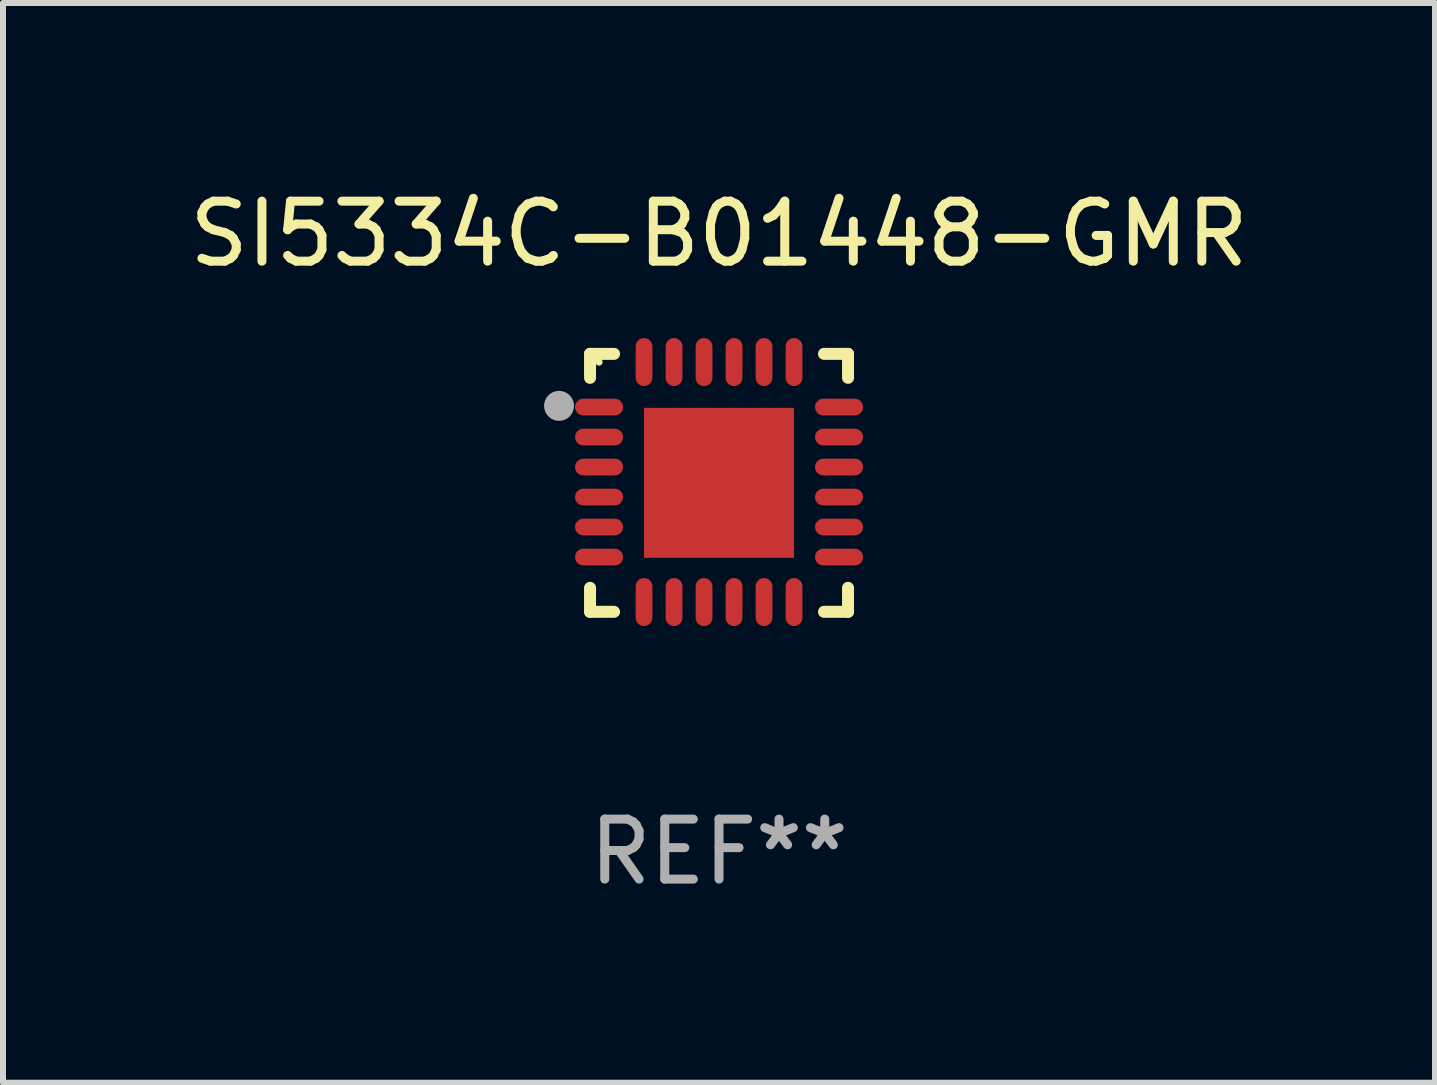
<source format=kicad_pcb>
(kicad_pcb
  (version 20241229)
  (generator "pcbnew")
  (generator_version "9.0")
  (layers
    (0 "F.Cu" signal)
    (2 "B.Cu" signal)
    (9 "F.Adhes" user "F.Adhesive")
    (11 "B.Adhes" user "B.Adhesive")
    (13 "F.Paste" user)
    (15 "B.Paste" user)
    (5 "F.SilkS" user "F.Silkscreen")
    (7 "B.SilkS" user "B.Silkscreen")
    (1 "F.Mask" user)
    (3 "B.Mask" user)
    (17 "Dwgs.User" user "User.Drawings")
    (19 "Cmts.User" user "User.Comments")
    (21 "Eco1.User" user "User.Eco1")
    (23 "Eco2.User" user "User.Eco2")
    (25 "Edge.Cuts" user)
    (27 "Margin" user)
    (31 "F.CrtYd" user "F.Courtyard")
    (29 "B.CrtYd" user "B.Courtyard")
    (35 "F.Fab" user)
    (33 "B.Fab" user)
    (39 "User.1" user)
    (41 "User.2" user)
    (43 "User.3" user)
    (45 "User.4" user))
  (footprint "SI5334C-B01448-GMR"
    (layer "F.Cu")
    (at 8.935 4.998)
    (property "Reference" "SI5334C-B01448-GMR" (at 0 -4.15 0) (layer "F.SilkS") (effects (font (size 1 1) (thickness 0.15))))
    (attr through_hole)
    (fp_line (start -2.15 -2.15) (end -1.75 -2.15) (stroke (width 0.2) (type solid)) (layer "F.SilkS"))
    (fp_line (start -2.15 -1.75) (end -2.15 -2.15) (stroke (width 0.2) (type solid)) (layer "F.SilkS"))
    (fp_line (start -2.15 2.15) (end -2.15 1.75) (stroke (width 0.2) (type solid)) (layer "F.SilkS"))
    (fp_line (start -1.75 2.15) (end -2.15 2.15) (stroke (width 0.2) (type solid)) (layer "F.SilkS"))
    (fp_line (start 1.75 -2.15) (end 2.15 -2.15) (stroke (width 0.2) (type solid)) (layer "F.SilkS"))
    (fp_line (start 1.75 2.15) (end 2.15 2.15) (stroke (width 0.2) (type solid)) (layer "F.SilkS"))
    (fp_line (start 2.15 -2.15) (end 2.15 -1.75) (stroke (width 0.2) (type solid)) (layer "F.SilkS"))
    (fp_line (start 2.15 2.15) (end 2.15 1.75) (stroke (width 0.2) (type solid)) (layer "F.SilkS"))
    (fp_circle (center -2 -2.013) (end -1.97 -2.013) (stroke (width 0.06) (type solid)) (fill no) (layer "F.SilkS"))
    (fp_circle (center -2.667 -1.283) (end -2.542 -1.283) (stroke (width 0.25) (type solid)) (fill no) (layer "F.Fab"))
    (fp_text user "REF**" (at 0 6.15 0) (layer "F.Fab") (effects (font (size 1 1) (thickness 0.15))))
    (pad "1" smd oval (at -2 -1.263) (size 0.8 0.28) (layers "F.Cu" "F.Mask" "F.Paste"))
    (pad "2" smd oval (at -2 -0.763) (size 0.8 0.28) (layers "F.Cu" "F.Mask" "F.Paste"))
    (pad "3" smd oval (at -2 -0.263) (size 0.8 0.28) (layers "F.Cu" "F.Mask" "F.Paste"))
    (pad "4" smd oval (at -2 0.237) (size 0.8 0.28) (layers "F.Cu" "F.Mask" "F.Paste"))
    (pad "5" smd oval (at -2 0.737) (size 0.8 0.28) (layers "F.Cu" "F.Mask" "F.Paste"))
    (pad "6" smd oval (at -2 1.237) (size 0.8 0.28) (layers "F.Cu" "F.Mask" "F.Paste"))
    (pad "7" smd oval (at -1.25 1.987) (size 0.28 0.8) (layers "F.Cu" "F.Mask" "F.Paste"))
    (pad "8" smd oval (at -0.75 1.987) (size 0.28 0.8) (layers "F.Cu" "F.Mask" "F.Paste"))
    (pad "9" smd oval (at -0.25 1.987) (size 0.28 0.8) (layers "F.Cu" "F.Mask" "F.Paste"))
    (pad "10" smd oval (at 0.25 1.987) (size 0.28 0.8) (layers "F.Cu" "F.Mask" "F.Paste"))
    (pad "11" smd oval (at 0.75 1.987) (size 0.28 0.8) (layers "F.Cu" "F.Mask" "F.Paste"))
    (pad "12" smd oval (at 1.25 1.987) (size 0.28 0.8) (layers "F.Cu" "F.Mask" "F.Paste"))
    (pad "13" smd oval (at 2 1.237) (size 0.8 0.28) (layers "F.Cu" "F.Mask" "F.Paste"))
    (pad "14" smd oval (at 2 0.737) (size 0.8 0.28) (layers "F.Cu" "F.Mask" "F.Paste"))
    (pad "15" smd oval (at 2 0.237) (size 0.8 0.28) (layers "F.Cu" "F.Mask" "F.Paste"))
    (pad "16" smd oval (at 2 -0.263) (size 0.8 0.28) (layers "F.Cu" "F.Mask" "F.Paste"))
    (pad "17" smd oval (at 2 -0.763) (size 0.8 0.28) (layers "F.Cu" "F.Mask" "F.Paste"))
    (pad "18" smd oval (at 2 -1.263) (size 0.8 0.28) (layers "F.Cu" "F.Mask" "F.Paste"))
    (pad "19" smd oval (at 1.25 -2.013) (size 0.28 0.8) (layers "F.Cu" "F.Mask" "F.Paste"))
    (pad "20" smd oval (at 0.75 -2.013) (size 0.28 0.8) (layers "F.Cu" "F.Mask" "F.Paste"))
    (pad "21" smd oval (at 0.25 -2.013) (size 0.28 0.8) (layers "F.Cu" "F.Mask" "F.Paste"))
    (pad "22" smd oval (at -0.25 -2.013) (size 0.28 0.8) (layers "F.Cu" "F.Mask" "F.Paste"))
    (pad "23" smd oval (at -0.75 -2.013) (size 0.28 0.8) (layers "F.Cu" "F.Mask" "F.Paste"))
    (pad "24" smd oval (at -1.25 -2.013) (size 0.28 0.8) (layers "F.Cu" "F.Mask" "F.Paste"))
    (pad "25" smd rect (at -0.000127 -0.00014) (size 2.5 2.5) (layers "F.Cu" "F.Mask" "F.Paste")))
  (gr_rect
    (start -3 -3)
    (end 20.869 14.997)
    (stroke (width 0.1) (type default))
    (fill no)
    (layer "Edge.Cuts")))
</source>
